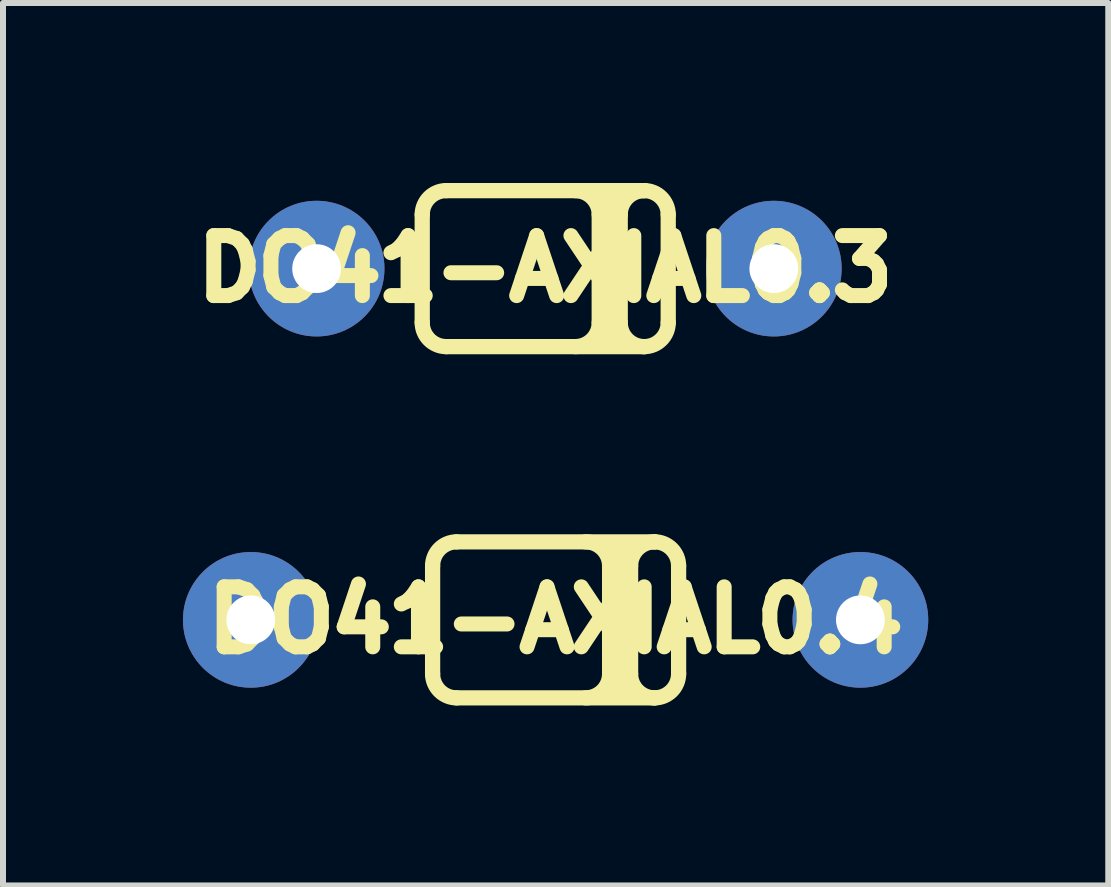
<source format=kicad_pcb>
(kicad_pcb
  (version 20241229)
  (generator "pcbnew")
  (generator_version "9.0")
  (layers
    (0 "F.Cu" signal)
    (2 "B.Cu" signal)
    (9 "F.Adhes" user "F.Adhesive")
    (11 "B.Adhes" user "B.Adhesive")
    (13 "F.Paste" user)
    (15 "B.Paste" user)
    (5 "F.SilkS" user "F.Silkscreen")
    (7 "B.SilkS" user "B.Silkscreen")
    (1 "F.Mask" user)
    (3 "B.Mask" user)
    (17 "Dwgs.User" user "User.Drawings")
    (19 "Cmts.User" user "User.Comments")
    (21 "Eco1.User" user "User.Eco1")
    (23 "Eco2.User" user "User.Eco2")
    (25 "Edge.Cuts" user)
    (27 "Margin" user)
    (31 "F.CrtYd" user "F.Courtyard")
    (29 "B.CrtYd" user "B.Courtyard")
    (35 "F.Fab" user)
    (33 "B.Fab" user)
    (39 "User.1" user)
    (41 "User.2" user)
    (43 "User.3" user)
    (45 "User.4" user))
  (footprint "DO41-AXIAL0.3"
    (layer "F.Cu")
    (at 6.037 1.427)
    (property "Reference" "DO41-AXIAL0.3" (at 0 0 0) (layer "F.SilkS") (effects (font (size 1 1) (thickness 0.25))))
    (attr through_hole)
    (fp_line (start -2.05 0.9) (end -2.05 -0.9) (stroke (width 0.254) (type solid)) (layer "F.SilkS"))
    (fp_line (start -1.65 1.3) (end 1.65 1.3) (stroke (width 0.254) (type solid)) (layer "F.SilkS"))
    (fp_line (start 0.9 0.9) (end 0.9 -0.9) (stroke (width 0.254) (type solid)) (layer "F.SilkS"))
    (fp_line (start 1.05 -1) (end 1.05 1) (stroke (width 0.508) (type solid)) (layer "F.SilkS"))
    (fp_line (start 1.25 0.9) (end 1.25 -0.9) (stroke (width 0.254) (type solid)) (layer "F.SilkS"))
    (fp_line (start 1.65 -1.3) (end -1.65 -1.3) (stroke (width 0.254) (type solid)) (layer "F.SilkS"))
    (fp_line (start 2.05 0.9) (end 2.05 -0.9) (stroke (width 0.254) (type solid)) (layer "F.SilkS"))
    (fp_arc (start -2.05 -0.9) (mid -1.932843 -1.182843) (end -1.65 -1.3) (stroke (width 0.254) (type solid)) (layer "F.SilkS"))
    (fp_arc (start -1.65 1.3) (mid -1.932843 1.182843) (end -2.05 0.9) (stroke (width 0.254) (type solid)) (layer "F.SilkS"))
    (fp_arc (start 0.5 -1.3) (mid 0.782843 -1.182843) (end 0.9 -0.9) (stroke (width 0.254) (type solid)) (layer "F.SilkS"))
    (fp_arc (start 0.9 0.9) (mid 0.782843 1.182843) (end 0.5 1.3) (stroke (width 0.254) (type solid)) (layer "F.SilkS"))
    (fp_arc (start 1.25 -0.9) (mid 1.367157 -1.182843) (end 1.65 -1.3) (stroke (width 0.254) (type solid)) (layer "F.SilkS"))
    (fp_arc (start 1.65 -1.3) (mid 1.932843 -1.182843) (end 2.05 -0.9) (stroke (width 0.254) (type solid)) (layer "F.SilkS"))
    (fp_arc (start 1.65 1.3) (mid 1.367157 1.182843) (end 1.25 0.9) (stroke (width 0.254) (type solid)) (layer "F.SilkS"))
    (fp_arc (start 2.05 0.9) (mid 1.932843 1.182843) (end 1.65 1.3) (stroke (width 0.254) (type solid)) (layer "F.SilkS"))
    (pad "1" thru_hole circle (at 3.81 0) (size 2.261 2.261) (drill 0.813) (layers "B.Cu" "B.Mask"))
    (pad "2" thru_hole circle (at -3.81 0) (size 2.261 2.261) (drill 0.813) (layers "B.Cu" "B.Mask")))
  (footprint "DO41-AXIAL0.4"
    (layer "F.Cu")
    (at 6.21 7.281)
    (property "Reference" "DO41-AXIAL0.4" (at 0 0 0) (layer "F.SilkS") (effects (font (size 1 1) (thickness 0.25))))
    (attr through_hole)
    (fp_line (start -2.05 0.9) (end -2.05 -0.9) (stroke (width 0.254) (type solid)) (layer "F.SilkS"))
    (fp_line (start -1.65 1.3) (end 1.65 1.3) (stroke (width 0.254) (type solid)) (layer "F.SilkS"))
    (fp_line (start 0.9 0.9) (end 0.9 -0.9) (stroke (width 0.254) (type solid)) (layer "F.SilkS"))
    (fp_line (start 1.05 -1) (end 1.05 1) (stroke (width 0.508) (type solid)) (layer "F.SilkS"))
    (fp_line (start 1.25 0.9) (end 1.25 -0.9) (stroke (width 0.254) (type solid)) (layer "F.SilkS"))
    (fp_line (start 1.65 -1.3) (end -1.65 -1.3) (stroke (width 0.254) (type solid)) (layer "F.SilkS"))
    (fp_line (start 2.05 0.9) (end 2.05 -0.9) (stroke (width 0.254) (type solid)) (layer "F.SilkS"))
    (fp_arc (start -2.05 -0.9) (mid -1.932843 -1.182843) (end -1.65 -1.3) (stroke (width 0.254) (type solid)) (layer "F.SilkS"))
    (fp_arc (start -1.65 1.3) (mid -1.932843 1.182843) (end -2.05 0.9) (stroke (width 0.254) (type solid)) (layer "F.SilkS"))
    (fp_arc (start 0.5 -1.3) (mid 0.782843 -1.182843) (end 0.9 -0.9) (stroke (width 0.254) (type solid)) (layer "F.SilkS"))
    (fp_arc (start 0.9 0.9) (mid 0.782843 1.182843) (end 0.5 1.3) (stroke (width 0.254) (type solid)) (layer "F.SilkS"))
    (fp_arc (start 1.25 -0.9) (mid 1.367157 -1.182843) (end 1.65 -1.3) (stroke (width 0.254) (type solid)) (layer "F.SilkS"))
    (fp_arc (start 1.65 -1.3) (mid 1.932843 -1.182843) (end 2.05 -0.9) (stroke (width 0.254) (type solid)) (layer "F.SilkS"))
    (fp_arc (start 1.65 1.3) (mid 1.367157 1.182843) (end 1.25 0.9) (stroke (width 0.254) (type solid)) (layer "F.SilkS"))
    (fp_arc (start 2.05 0.9) (mid 1.932843 1.182843) (end 1.65 1.3) (stroke (width 0.254) (type solid)) (layer "F.SilkS"))
    (pad "1" thru_hole circle (at 5.08 0) (size 2.261 2.261) (drill 0.813) (layers "B.Cu" "B.Mask"))
    (pad "2" thru_hole circle (at -5.08 0) (size 2.261 2.261) (drill 0.813) (layers "B.Cu" "B.Mask")))
  (gr_rect
    (start -3 -3)
    (end 15.421 11.708)
    (stroke (width 0.1) (type default))
    (fill no)
    (layer "Edge.Cuts")))
</source>
